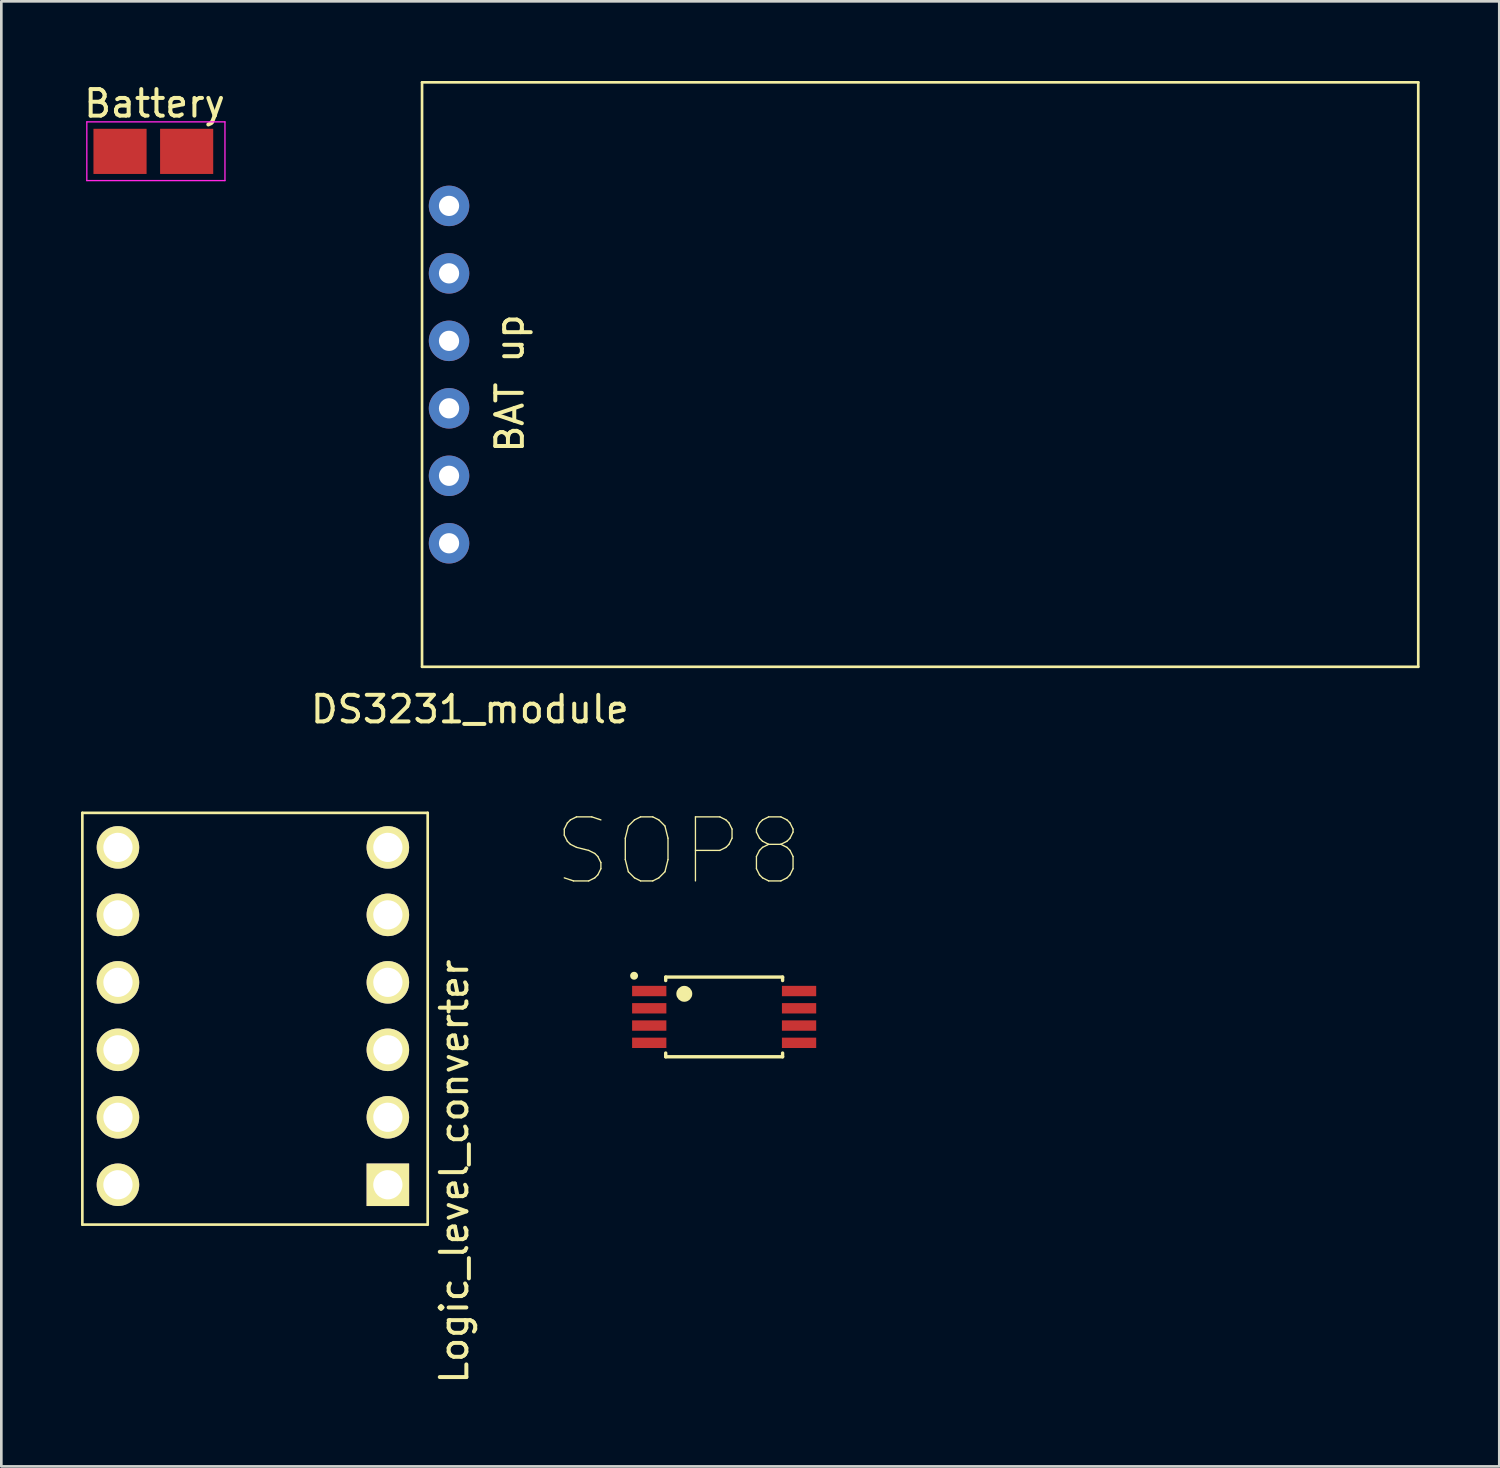
<source format=kicad_pcb>
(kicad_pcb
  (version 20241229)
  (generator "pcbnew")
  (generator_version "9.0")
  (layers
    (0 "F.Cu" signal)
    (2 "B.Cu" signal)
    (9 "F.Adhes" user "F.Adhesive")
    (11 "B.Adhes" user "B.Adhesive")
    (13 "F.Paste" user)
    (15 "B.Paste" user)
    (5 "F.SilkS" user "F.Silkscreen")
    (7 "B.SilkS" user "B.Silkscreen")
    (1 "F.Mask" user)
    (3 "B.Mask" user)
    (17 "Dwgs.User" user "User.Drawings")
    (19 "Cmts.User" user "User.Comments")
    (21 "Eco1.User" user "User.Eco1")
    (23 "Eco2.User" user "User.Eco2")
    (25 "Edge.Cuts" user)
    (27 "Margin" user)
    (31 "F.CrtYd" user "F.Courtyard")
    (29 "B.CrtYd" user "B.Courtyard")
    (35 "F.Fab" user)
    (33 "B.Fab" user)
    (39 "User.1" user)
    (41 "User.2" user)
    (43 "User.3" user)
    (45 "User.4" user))
  (footprint "DS3231_module"
    (layer "F.Cu")
    (at 12.837 22.05)
    (property "Reference" "DS3231_module" (at 1.8 1.6 0) (layer "F.SilkS") (effects (font (size 1 1) (thickness 0.15))))
    (attr through_hole)
    (fp_line (start 0 -22) (end 37.5 -22) (stroke (width 0.1) (type solid)) (layer "F.SilkS"))
    (fp_line (start 0 0) (end 0 -22) (stroke (width 0.1) (type solid)) (layer "F.SilkS"))
    (fp_line (start 0 0) (end 37.5 0) (stroke (width 0.1) (type solid)) (layer "F.SilkS"))
    (fp_line (start 37.5 -22) (end 37.5 0) (stroke (width 0.1) (type solid)) (layer "F.SilkS"))
    (fp_text user "BAT up" (at 3.302 -10.668 90) (layer "F.SilkS") (effects (font (size 1 1) (thickness 0.15))))
    (pad "1" thru_hole circle (at 1.016 -4.65) (size 1.524 1.524) (drill 0.762) (layers "*.Cu" "*.Mask"))
    (pad "2" thru_hole circle (at 1.016 -7.19) (size 1.524 1.524) (drill 0.762) (layers "*.Cu" "*.Mask"))
    (pad "3" thru_hole circle (at 1.016 -9.73) (size 1.524 1.524) (drill 0.762) (layers "*.Cu" "*.Mask"))
    (pad "4" thru_hole circle (at 1.016 -12.27) (size 1.524 1.524) (drill 0.762) (layers "*.Cu" "*.Mask"))
    (pad "5" thru_hole circle (at 1.016 -14.81) (size 1.524 1.524) (drill 0.762) (layers "*.Cu" "*.Mask"))
    (pad "6" thru_hole circle (at 1.016 -17.35) (size 1.524 1.524) (drill 0.762) (layers "*.Cu" "*.Mask")))
  (footprint "Battery"
    (layer "F.Cu")
    (at 2.668 2.648)
    (property "Reference" "Battery" (at 0.1 -1.8 0) (layer "F.SilkS") (effects (font (size 1 1) (thickness 0.15))))
    (attr smd)
    (fp_line (start -2.45 -1.11) (end -2.45 1.1) (stroke (width 0.05) (type solid)) (layer "F.CrtYd"))
    (fp_line (start -2.45 -1.11) (end 2.75 -1.11) (stroke (width 0.05) (type solid)) (layer "F.CrtYd"))
    (fp_line (start 2.75 1.1) (end -2.45 1.1) (stroke (width 0.05) (type solid)) (layer "F.CrtYd"))
    (fp_line (start 2.75 1.1) (end 2.75 -1.11) (stroke (width 0.05) (type solid)) (layer "F.CrtYd"))
    (pad "1" smd rect (at -1.2 0) (size 2 1.7) (layers "F.Cu" "F.Mask" "F.Paste"))
    (pad "2" smd rect (at 1.308 0) (size 2 1.7) (layers "F.Cu" "F.Mask" "F.Paste")))
  (footprint "Logic_level_converter"
    (layer "F.Cu")
    (at 13.05 43.048)
    (property "Reference" "Logic_level_converter" (at 1 -2 90) (layer "F.SilkS") (effects (font (size 1 1) (thickness 0.15))))
    (attr through_hole)
    (fp_line (start -13 -15.5) (end -13 0) (stroke (width 0.1) (type solid)) (layer "F.SilkS"))
    (fp_line (start -13 0) (end 0 0) (stroke (width 0.1) (type solid)) (layer "F.SilkS"))
    (fp_line (start 0 -15.5) (end -13 -15.5) (stroke (width 0.1) (type solid)) (layer "F.SilkS"))
    (fp_line (start 0 0) (end 0 -15.5) (stroke (width 0.1) (type solid)) (layer "F.SilkS"))
    (pad "1" thru_hole rect (at -1.5 -1.5) (size 1.6 1.6) (drill 1.1) (layers "*.Cu" "*.Mask" "F.SilkS"))
    (pad "2" thru_hole circle (at -1.5 -4.04) (size 1.6 1.6) (drill 1.1) (layers "*.Cu" "*.Mask" "F.SilkS"))
    (pad "3" thru_hole circle (at -1.5 -6.58) (size 1.6 1.6) (drill 1.1) (layers "*.Cu" "*.Mask" "F.SilkS"))
    (pad "4" thru_hole circle (at -1.5 -9.12) (size 1.6 1.6) (drill 1.1) (layers "*.Cu" "*.Mask" "F.SilkS"))
    (pad "5" thru_hole circle (at -1.5 -11.66) (size 1.6 1.6) (drill 1.1) (layers "*.Cu" "*.Mask" "F.SilkS"))
    (pad "6" thru_hole circle (at -1.5 -14.2) (size 1.6 1.6) (drill 1.1) (layers "*.Cu" "*.Mask" "F.SilkS"))
    (pad "7" thru_hole circle (at -11.66 -14.2) (size 1.6 1.6) (drill 1.1) (layers "*.Cu" "*.Mask" "F.SilkS"))
    (pad "8" thru_hole circle (at -11.66 -11.66) (size 1.6 1.6) (drill 1.1) (layers "*.Cu" "*.Mask" "F.SilkS"))
    (pad "9" thru_hole circle (at -11.66 -9.12) (size 1.6 1.6) (drill 1.1) (layers "*.Cu" "*.Mask" "F.SilkS"))
    (pad "10" thru_hole circle (at -11.66 -6.58) (size 1.6 1.6) (drill 1.1) (layers "*.Cu" "*.Mask" "F.SilkS"))
    (pad "11" thru_hole circle (at -11.66 -4.04) (size 1.6 1.6) (drill 1.1) (layers "*.Cu" "*.Mask" "F.SilkS"))
    (pad "12" thru_hole circle (at -11.66 -1.5) (size 1.6 1.6) (drill 1.1) (layers "*.Cu" "*.Mask" "F.SilkS")))
  (footprint "SOP8"
    (layer "F.Cu")
    (at 24.209 35.23)
    (property "Reference" "SOP8" (at -1.712 -6.233 0) (layer "F.SilkS") (effects (font (size 2.411 2.411) (thickness 0.05))))
    (attr smd)
    (fp_line (start -2.2 -1.5) (end 2.2 -1.5) (stroke (width 0.127) (type solid)) (layer "F.SilkS"))
    (fp_line (start -2.2 -1.37) (end -2.2 -1.5) (stroke (width 0.127) (type solid)) (layer "F.SilkS"))
    (fp_line (start -2.2 1.36) (end -2.2 1.5) (stroke (width 0.127) (type solid)) (layer "F.SilkS"))
    (fp_line (start -2.2 1.5) (end 2.2 1.5) (stroke (width 0.127) (type solid)) (layer "F.SilkS"))
    (fp_line (start 2.2 -1.5) (end 2.2 -1.37) (stroke (width 0.127) (type solid)) (layer "F.SilkS"))
    (fp_line (start 2.2 1.5) (end 2.2 1.36) (stroke (width 0.127) (type solid)) (layer "F.SilkS"))
    (fp_circle (center -3.39 -1.55) (end -3.315 -1.55) (stroke (width 0.15) (type solid)) (fill no) (layer "F.SilkS"))
    (fp_circle (center -1.5 -0.87) (end -1.35 -0.87) (stroke (width 0.3) (type solid)) (fill no) (layer "F.SilkS"))
    (fp_line (start -3.665 -1.75) (end 3.665 -1.75) (stroke (width 0.05) (type solid)) (layer "Eco1.User"))
    (fp_line (start -3.665 1.75) (end -3.665 -1.75) (stroke (width 0.05) (type solid)) (layer "Eco1.User"))
    (fp_line (start 3.665 -1.75) (end 3.665 1.75) (stroke (width 0.05) (type solid)) (layer "Eco1.User"))
    (fp_line (start 3.665 1.75) (end -3.665 1.75) (stroke (width 0.05) (type solid)) (layer "Eco1.User"))
    (fp_line (start -2.2 -1.5) (end 2.2 -1.5) (stroke (width 0.127) (type solid)) (layer "Eco2.User"))
    (fp_line (start -2.2 1.5) (end -2.2 -1.5) (stroke (width 0.127) (type solid)) (layer "Eco2.User"))
    (fp_line (start 2.2 -1.5) (end 2.2 1.5) (stroke (width 0.127) (type solid)) (layer "Eco2.User"))
    (fp_line (start 2.2 1.5) (end -2.2 1.5) (stroke (width 0.127) (type solid)) (layer "Eco2.User"))
    (pad "1" smd rect (at -2.82 -0.975) (size 1.29 0.39) (layers "F.Cu" "F.Mask" "F.Paste"))
    (pad "2" smd rect (at -2.82 -0.325) (size 1.29 0.39) (layers "F.Cu" "F.Mask" "F.Paste"))
    (pad "3" smd rect (at -2.82 0.325) (size 1.29 0.39) (layers "F.Cu" "F.Mask" "F.Paste"))
    (pad "4" smd rect (at -2.82 0.975) (size 1.29 0.39) (layers "F.Cu" "F.Mask" "F.Paste"))
    (pad "5" smd rect (at 2.82 0.975 180) (size 1.29 0.39) (layers "F.Cu" "F.Mask" "F.Paste"))
    (pad "6" smd rect (at 2.82 0.325 180) (size 1.29 0.39) (layers "F.Cu" "F.Mask" "F.Paste"))
    (pad "7" smd rect (at 2.82 -0.325 180) (size 1.29 0.39) (layers "F.Cu" "F.Mask" "F.Paste"))
    (pad "8" smd rect (at 2.82 -0.975 180) (size 1.29 0.39) (layers "F.Cu" "F.Mask" "F.Paste")))
  (gr_rect
    (start -3 -3)
    (end 53.387 52.149)
    (stroke (width 0.1) (type default))
    (fill no)
    (layer "Edge.Cuts")))
</source>
